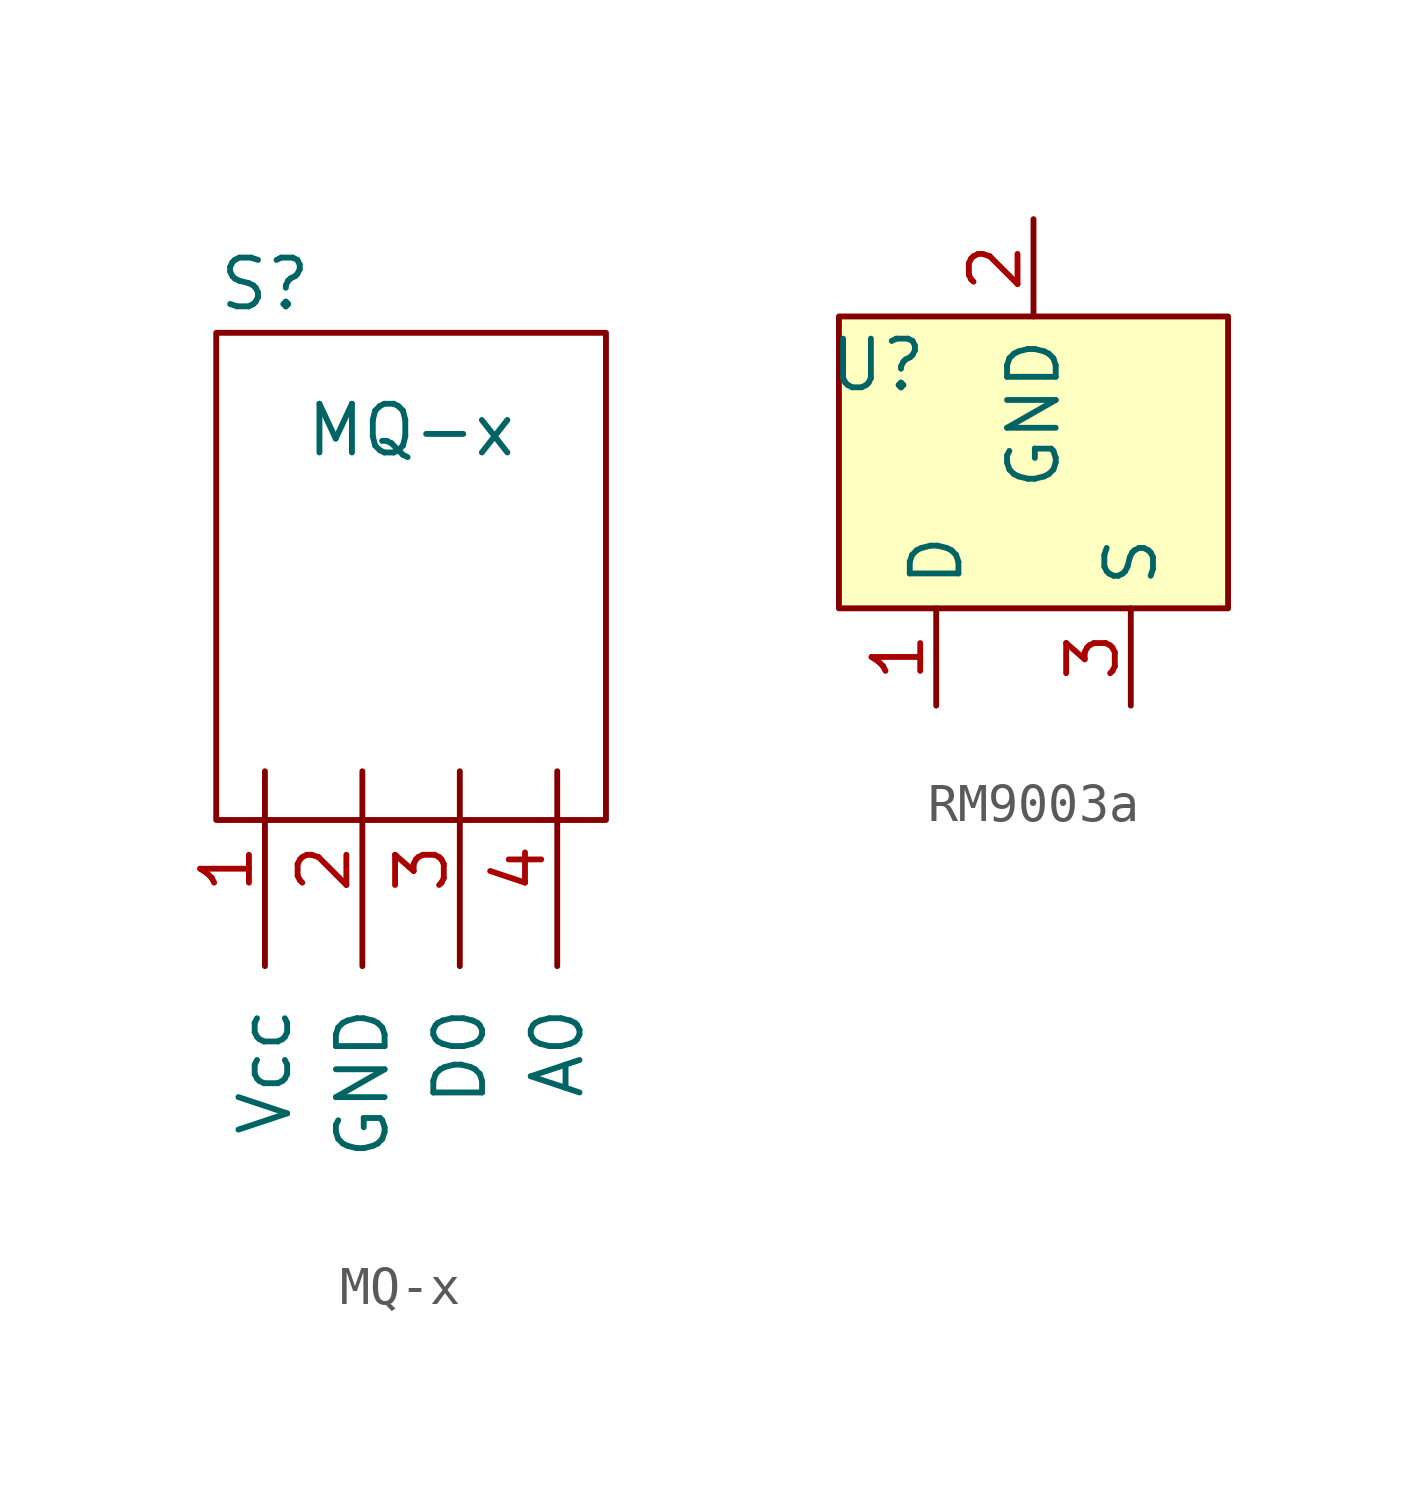
<source format=kicad_sym>
(kicad_symbol_lib
  (version 20231120)
  (generator "kicad_symbol_editor")
  (generator_version "8.0")
  (symbol "MQ-x"
    (pin_names
      (offset 1.016))
    (property "Reference" "S"
      (at -3.81 12.7 0)
      (effects (font (size 1.27 1.27))))
    (property "Value" "MQ-x"
      (at 0 8.89 0)
      (effects (font (size 1.27 1.27))))
    (symbol "MQ-x_0_1"
      (rectangle (start -5.08 -1.27) (end 5.08 11.43) (stroke (width 0) (type default)) (fill (type none))))
    (symbol "MQ-x_1_1"
      (pin power_in line (at -3.81 0 270) (length 5.08) (name "Vcc" (effects (font (size 1.27 1.27)))) (number "1" (effects (font (size 1.27 1.27)))))
      (pin power_in line (at -1.27 0 270) (length 5.08) (name "GND" (effects (font (size 1.27 1.27)))) (number "2" (effects (font (size 1.27 1.27)))))
      (pin output line (at 1.27 0 270) (length 5.08) (name "D0" (effects (font (size 1.27 1.27)))) (number "3" (effects (font (size 1.27 1.27)))))
      (pin output line (at 3.81 0 270) (length 5.08) (name "A0" (effects (font (size 1.27 1.27)))) (number "4" (effects (font (size 1.27 1.27)))))))
  (symbol "RM9003a"
    (property "Reference" "U"
      (at -4.064 2.54 0)
      (effects (font (size 1.27 1.27))))
    (property "Value" ""
      (at 0 0 0)
      (effects (font (size 1.27 1.27))))
    (symbol "RM9003a_1_1"
      (rectangle (start -5.08 3.81) (end 5.08 -3.81) (stroke (width 0) (type default)) (fill (type background)))
      (pin bidirectional line (at -2.54 -6.35 90) (length 2.54) (name "D" (effects (font (size 1.27 1.27)))) (number "1" (effects (font (size 1.27 1.27)))))
      (pin bidirectional line (at 0 6.35 270) (length 2.54) (name "GND" (effects (font (size 1.27 1.27)))) (number "2" (effects (font (size 1.27 1.27)))))
      (pin bidirectional line (at 2.54 -6.35 90) (length 2.54) (name "S" (effects (font (size 1.27 1.27)))) (number "3" (effects (font (size 1.27 1.27))))))))
</source>
